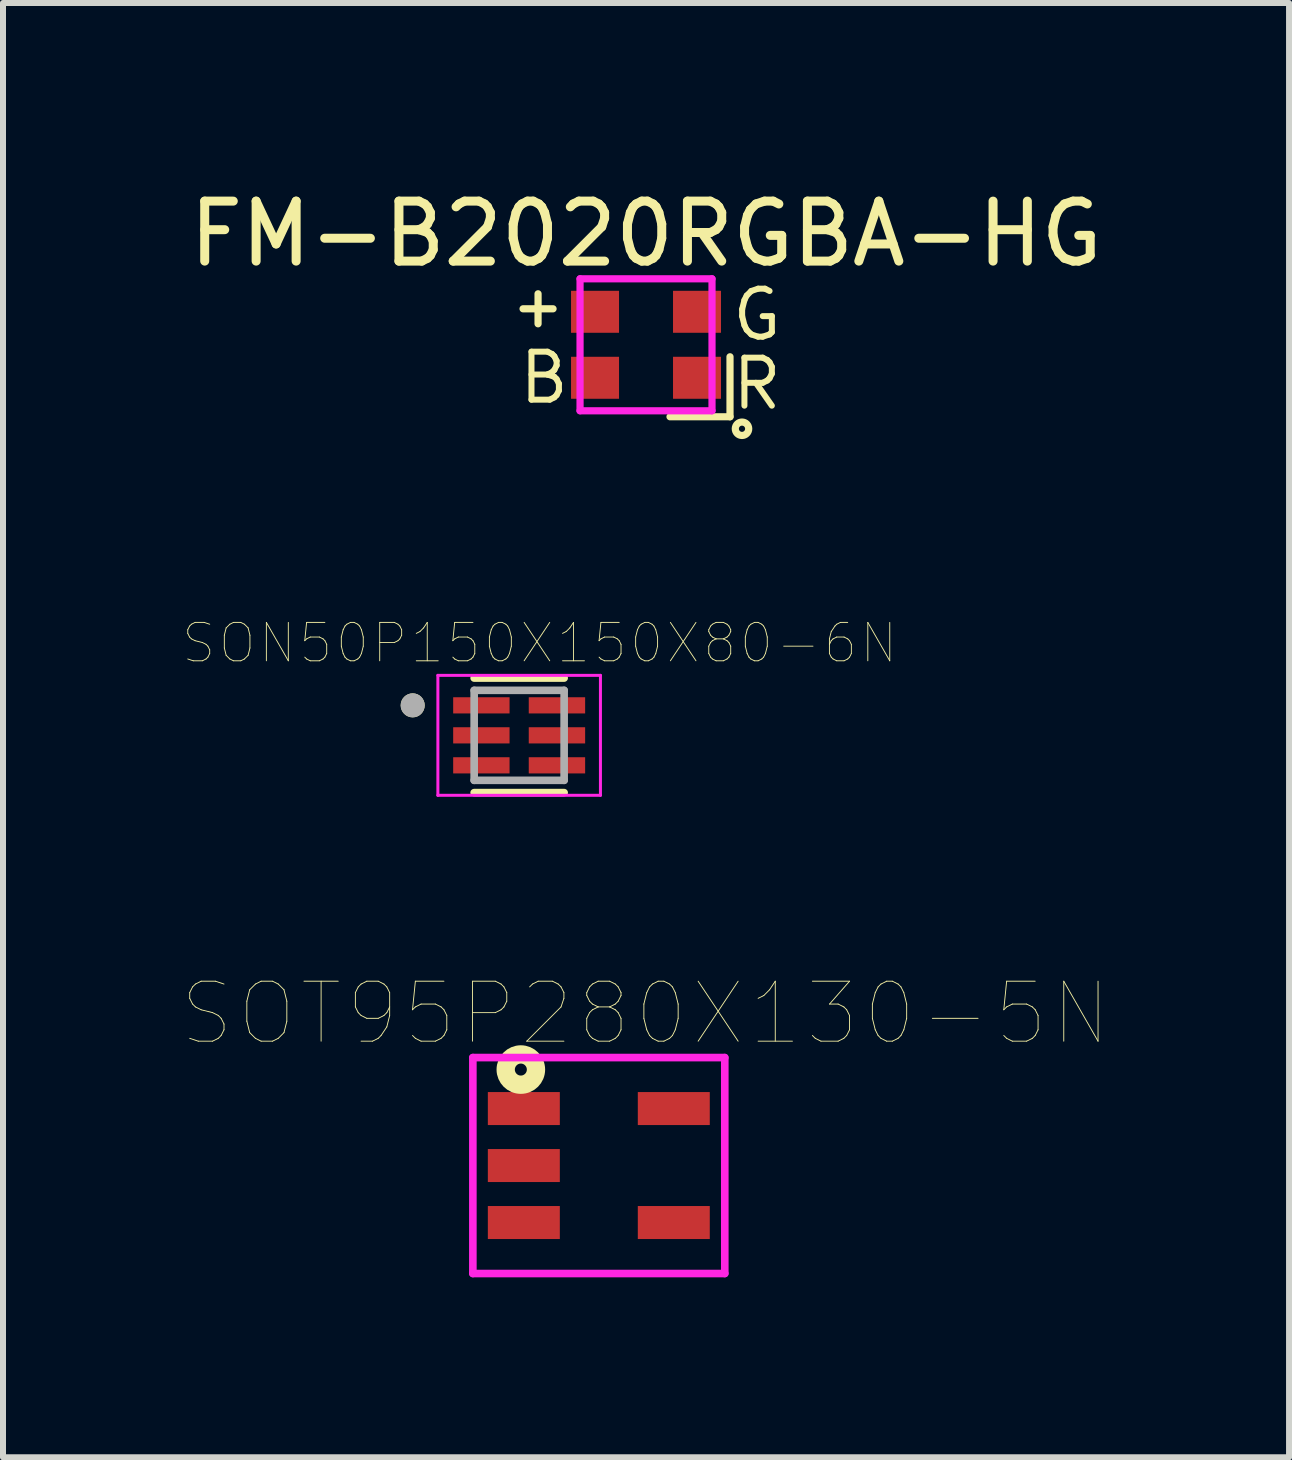
<source format=kicad_pcb>
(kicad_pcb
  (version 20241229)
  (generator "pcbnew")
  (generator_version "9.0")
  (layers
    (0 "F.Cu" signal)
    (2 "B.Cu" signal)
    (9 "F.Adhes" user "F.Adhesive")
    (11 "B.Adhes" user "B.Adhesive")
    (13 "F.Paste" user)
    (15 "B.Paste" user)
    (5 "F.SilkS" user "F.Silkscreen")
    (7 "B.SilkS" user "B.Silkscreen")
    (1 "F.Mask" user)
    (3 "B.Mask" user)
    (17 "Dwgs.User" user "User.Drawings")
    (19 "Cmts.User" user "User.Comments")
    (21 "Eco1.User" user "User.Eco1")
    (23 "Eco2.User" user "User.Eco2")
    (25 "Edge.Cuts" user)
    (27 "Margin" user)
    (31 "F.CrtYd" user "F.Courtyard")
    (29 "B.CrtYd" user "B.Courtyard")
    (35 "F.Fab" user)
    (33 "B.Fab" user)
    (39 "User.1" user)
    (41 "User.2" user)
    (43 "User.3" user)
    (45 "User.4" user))
  (footprint "SON50P150X150X80-6N"
    (layer "F.Cu")
    (at 5.605 9.209)
    (property "Reference" "SON50P150X150X80-6N" (at 0.342 -1.538 0) (layer "F.SilkS") (effects (font (size 0.64 0.64) (thickness 0.015))))
    (attr smd)
    (fp_line (start -0.75 -0.955) (end 0.75 -0.955) (stroke (width 0.127) (type solid)) (layer "F.SilkS"))
    (fp_line (start -0.75 0.955) (end 0.75 0.955) (stroke (width 0.127) (type solid)) (layer "F.SilkS"))
    (fp_circle (center -1.775 -0.5) (end -1.675 -0.5) (stroke (width 0.2) (type solid)) (fill no) (layer "F.SilkS"))
    (fp_line (start -1.355 -1) (end -1.355 1) (stroke (width 0.05) (type solid)) (layer "F.CrtYd"))
    (fp_line (start -1.355 -1) (end 1.355 -1) (stroke (width 0.05) (type solid)) (layer "F.CrtYd"))
    (fp_line (start -1.355 1) (end 1.355 1) (stroke (width 0.05) (type solid)) (layer "F.CrtYd"))
    (fp_line (start 1.355 -1) (end 1.355 1) (stroke (width 0.05) (type solid)) (layer "F.CrtYd"))
    (fp_line (start -0.75 -0.75) (end -0.75 0.75) (stroke (width 0.127) (type solid)) (layer "F.Fab"))
    (fp_line (start -0.75 -0.75) (end 0.75 -0.75) (stroke (width 0.127) (type solid)) (layer "F.Fab"))
    (fp_line (start -0.75 0.75) (end 0.75 0.75) (stroke (width 0.127) (type solid)) (layer "F.Fab"))
    (fp_line (start 0.75 -0.75) (end 0.75 0.75) (stroke (width 0.127) (type solid)) (layer "F.Fab"))
    (fp_circle (center -1.775 -0.5) (end -1.675 -0.5) (stroke (width 0.2) (type solid)) (fill no) (layer "F.Fab"))
    (pad "1" smd rect (at -0.63 -0.5) (size 0.94 0.27) (layers "F.Cu" "F.Mask" "F.Paste"))
    (pad "2" smd rect (at -0.63 0) (size 0.94 0.27) (layers "F.Cu" "F.Mask" "F.Paste"))
    (pad "3" smd rect (at -0.63 0.5) (size 0.94 0.27) (layers "F.Cu" "F.Mask" "F.Paste"))
    (pad "4" smd rect (at 0.63 0.5) (size 0.94 0.27) (layers "F.Cu" "F.Mask" "F.Paste"))
    (pad "5" smd rect (at 0.63 0) (size 0.94 0.27) (layers "F.Cu" "F.Mask" "F.Paste"))
    (pad "6" smd rect (at 0.63 -0.5) (size 0.94 0.27) (layers "F.Cu" "F.Mask" "F.Paste")))
  (footprint "SOT95P280X130-5N"
    (layer "F.Cu")
    (at 6.933 16.381)
    (property "Reference" "SOT95P280X130-5N" (at 0.775 -2.535 0) (layer "F.SilkS") (effects (font (size 1 1) (thickness 0.015))))
    (attr smd)
    (fp_circle (center -1.3 -1.6) (end -1.2 -1.6) (stroke (width 0.305) (type solid)) (fill no) (layer "F.SilkS"))
    (fp_line (start -2.1 -1.8) (end 2.1 -1.8) (stroke (width 0.127) (type solid)) (layer "F.CrtYd"))
    (fp_line (start -2.1 1.8) (end -2.1 -1.8) (stroke (width 0.127) (type solid)) (layer "F.CrtYd"))
    (fp_line (start 2.1 -1.8) (end 2.1 1.8) (stroke (width 0.127) (type solid)) (layer "F.CrtYd"))
    (fp_line (start 2.1 1.8) (end -2.1 1.8) (stroke (width 0.127) (type solid)) (layer "F.CrtYd"))
    (pad "1" smd rect (at -1.25 -0.95) (size 1.2 0.55) (layers "F.Cu" "F.Mask" "F.Paste"))
    (pad "2" smd rect (at -1.25 0) (size 1.2 0.55) (layers "F.Cu" "F.Mask" "F.Paste"))
    (pad "3" smd rect (at -1.25 0.95) (size 1.2 0.55) (layers "F.Cu" "F.Mask" "F.Paste"))
    (pad "4" smd rect (at 1.25 0.95) (size 1.2 0.55) (layers "F.Cu" "F.Mask" "F.Paste"))
    (pad "5" smd rect (at 1.25 -0.95) (size 1.2 0.55) (layers "F.Cu" "F.Mask" "F.Paste")))
  (footprint "FM-B2020RGBA-HG"
    (layer "F.Cu")
    (at 7.72 2.698)
    (property "Reference" "FM-B2020RGBA-HG" (at 0 -1.85 0) (layer "F.SilkS") (effects (font (size 1 1) (thickness 0.15))))
    (attr smd)
    (fp_line (start -2.05 -0.6) (end -1.55 -0.6) (stroke (width 0.12) (type solid)) (layer "F.SilkS"))
    (fp_line (start -1.8 -0.85) (end -1.8 -0.35) (stroke (width 0.12) (type solid)) (layer "F.SilkS"))
    (fp_line (start 1.4 0.2) (end 1.4 1.2) (stroke (width 0.12) (type solid)) (layer "F.SilkS"))
    (fp_line (start 1.4 1.2) (end 0.4 1.2) (stroke (width 0.12) (type solid)) (layer "F.SilkS"))
    (fp_circle (center 1.6 1.4) (end 1.7 1.35) (stroke (width 0.12) (type solid)) (fill no) (layer "F.SilkS"))
    (fp_line (start -1.1 -1.1) (end 1.1 -1.1) (stroke (width 0.12) (type solid)) (layer "F.CrtYd"))
    (fp_line (start -1.1 1.1) (end -1.1 -1.1) (stroke (width 0.12) (type solid)) (layer "F.CrtYd"))
    (fp_line (start -1.1 1.1) (end 1.1 1.1) (stroke (width 0.12) (type solid)) (layer "F.CrtYd"))
    (fp_line (start 1.1 1.1) (end 1.1 -1.1) (stroke (width 0.12) (type solid)) (layer "F.CrtYd"))
    (fp_text user "R" (at 1.85 0.65 0) (layer "F.SilkS") (effects (font (size 0.8 0.8) (thickness 0.1))))
    (fp_text user "G" (at 1.85 -0.5 0) (layer "F.SilkS") (effects (font (size 0.8 0.8) (thickness 0.1))))
    (fp_text user "B" (at -1.7 0.55 0) (layer "F.SilkS") (effects (font (size 0.8 0.8) (thickness 0.1))))
    (pad "1" smd rect (at 0.85 0.55) (size 0.8 0.7) (layers "F.Cu" "F.Mask" "F.Paste"))
    (pad "2" smd rect (at -0.85 0.55) (size 0.8 0.7) (layers "F.Cu" "F.Mask" "F.Paste"))
    (pad "3" smd rect (at -0.85 -0.55) (size 0.8 0.7) (layers "F.Cu" "F.Mask" "F.Paste"))
    (pad "4" smd rect (at 0.85 -0.55) (size 0.8 0.7) (layers "F.Cu" "F.Mask" "F.Paste")))
  (gr_rect
    (start -3 -3)
    (end 18.44 21.244)
    (stroke (width 0.1) (type default))
    (fill no)
    (layer "Edge.Cuts")))
</source>
